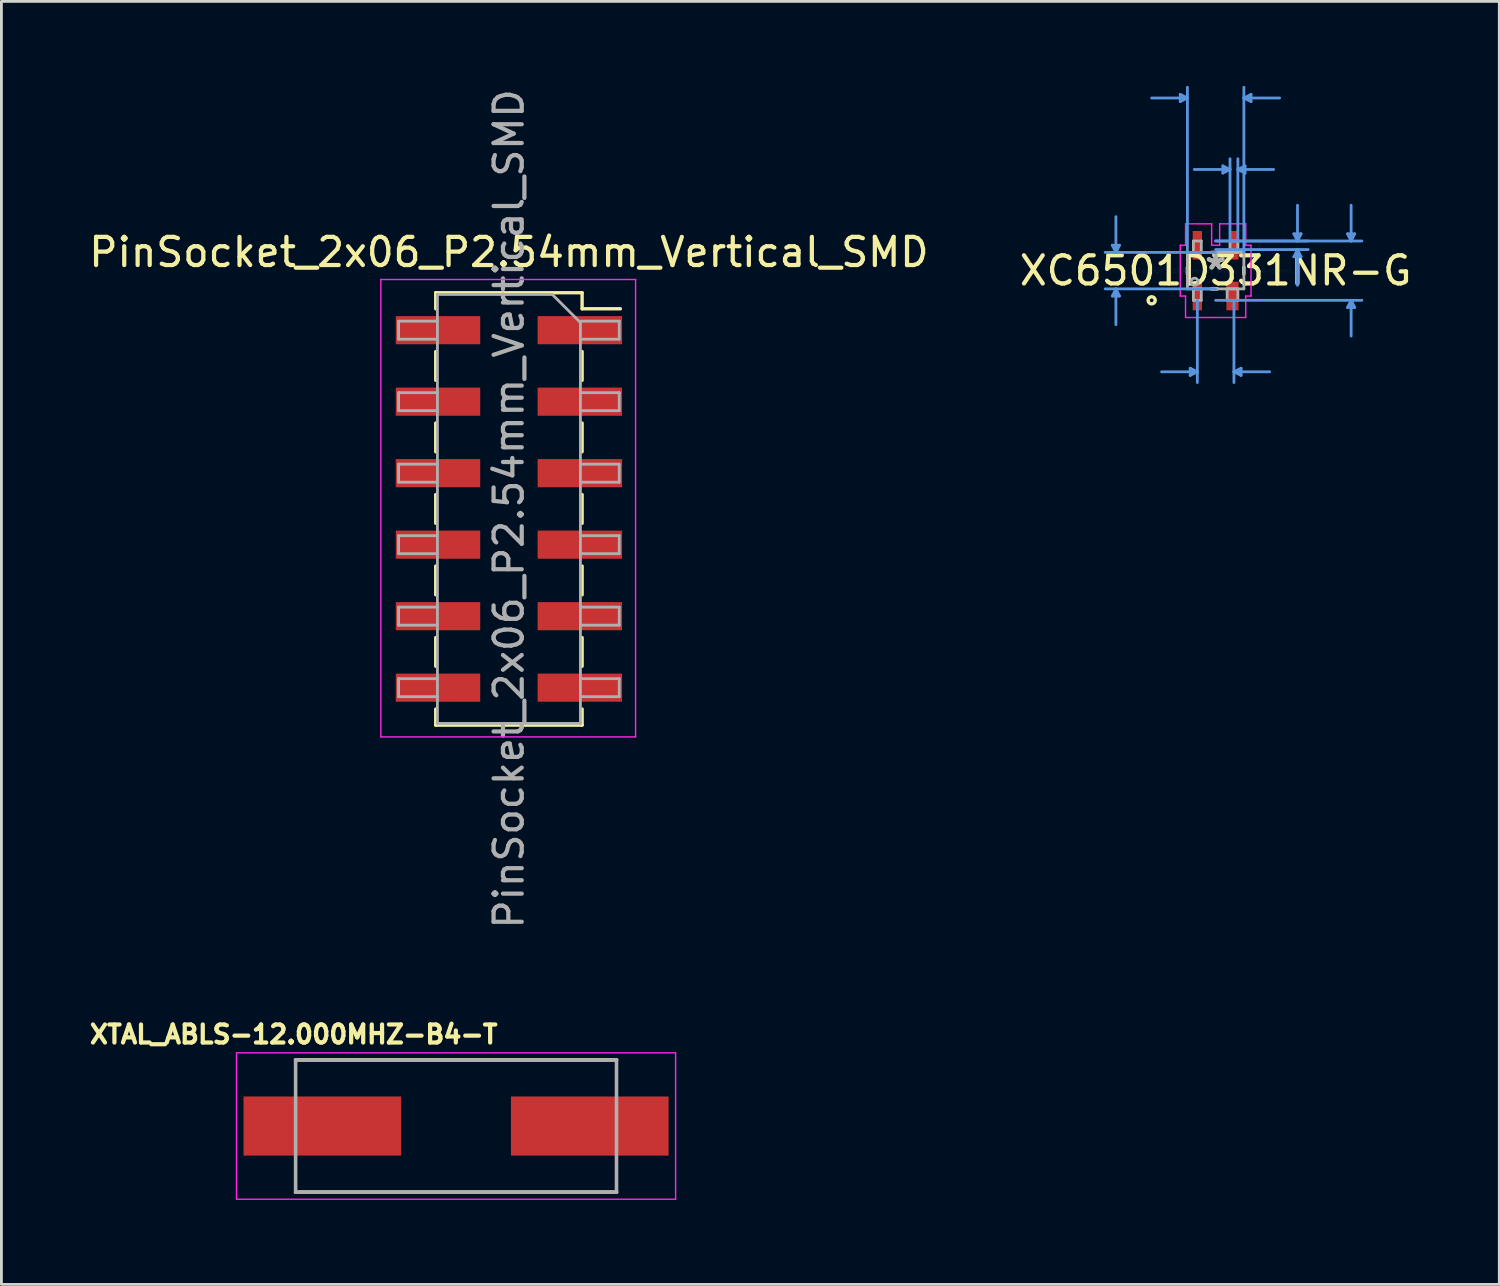
<source format=kicad_pcb>
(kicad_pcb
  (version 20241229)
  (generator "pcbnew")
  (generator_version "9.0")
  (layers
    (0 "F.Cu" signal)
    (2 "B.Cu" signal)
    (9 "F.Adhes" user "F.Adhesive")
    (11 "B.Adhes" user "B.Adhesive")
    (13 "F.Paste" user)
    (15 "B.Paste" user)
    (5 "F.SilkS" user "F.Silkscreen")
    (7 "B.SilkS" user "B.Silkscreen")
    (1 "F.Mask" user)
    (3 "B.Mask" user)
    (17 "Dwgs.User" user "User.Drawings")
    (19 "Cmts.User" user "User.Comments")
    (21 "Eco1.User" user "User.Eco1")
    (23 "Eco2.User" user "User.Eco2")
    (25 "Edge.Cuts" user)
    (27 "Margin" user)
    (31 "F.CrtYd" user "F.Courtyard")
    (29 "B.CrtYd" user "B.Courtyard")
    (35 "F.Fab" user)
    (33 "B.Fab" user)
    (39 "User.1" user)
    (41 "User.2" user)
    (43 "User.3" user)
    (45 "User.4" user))
  (footprint "XC6501D331NR-G"
    (layer "F.Cu")
    (at 40.137 6.565)
    (property "Reference" "XC6501D331NR-G" (at 0 0 0) (layer "F.SilkS") (effects (font (size 1 1) (thickness 0.15))))
    (attr through_hole)
    (fp_line (start -1.003 0.119) (end -1.003 -0.119) (stroke (width 0.12) (type solid)) (layer "F.SilkS"))
    (fp_line (start -0.152 -0.648) (end 0.152 -0.648) (stroke (width 0.12) (type solid)) (layer "F.SilkS"))
    (fp_line (start 0.051 0.648) (end -0.152 0.648) (stroke (width 0.12) (type solid)) (layer "F.SilkS"))
    (fp_line (start 1.003 -0.119) (end 1.003 0.119) (stroke (width 0.12) (type solid)) (layer "F.SilkS"))
    (fp_circle (center -2.273 1.054) (end -2.146 1.054) (stroke (width 0.12) (type solid)) (fill no) (layer "F.SilkS"))
    (fp_line (start -3.67 -0.902) (end -3.416 -0.902) (stroke (width 0.1) (type solid)) (layer "Cmts.User"))
    (fp_line (start -3.67 0.902) (end -3.416 0.902) (stroke (width 0.1) (type solid)) (layer "Cmts.User"))
    (fp_line (start -3.543 -0.648) (end -3.67 -0.902) (stroke (width 0.1) (type solid)) (layer "Cmts.User"))
    (fp_line (start -3.543 -0.648) (end -3.543 -1.918) (stroke (width 0.1) (type solid)) (layer "Cmts.User"))
    (fp_line (start -3.543 -0.648) (end -3.416 -0.902) (stroke (width 0.1) (type solid)) (layer "Cmts.User"))
    (fp_line (start -3.543 0.648) (end -3.67 0.902) (stroke (width 0.1) (type solid)) (layer "Cmts.User"))
    (fp_line (start -3.543 0.648) (end -3.543 1.918) (stroke (width 0.1) (type solid)) (layer "Cmts.User"))
    (fp_line (start -3.543 0.648) (end -3.416 0.902) (stroke (width 0.1) (type solid)) (layer "Cmts.User"))
    (fp_line (start -1.257 -6.261) (end -1.257 -6.007) (stroke (width 0.1) (type solid)) (layer "Cmts.User"))
    (fp_line (start -1.003 -6.134) (end -2.273 -6.134) (stroke (width 0.1) (type solid)) (layer "Cmts.User"))
    (fp_line (start -1.003 -6.134) (end -1.257 -6.261) (stroke (width 0.1) (type solid)) (layer "Cmts.User"))
    (fp_line (start -1.003 -6.134) (end -1.257 -6.007) (stroke (width 0.1) (type solid)) (layer "Cmts.User"))
    (fp_line (start -1.003 -0.648) (end -1.003 -6.515) (stroke (width 0.1) (type solid)) (layer "Cmts.User"))
    (fp_line (start -0.904 3.467) (end -0.904 3.721) (stroke (width 0.1) (type solid)) (layer "Cmts.User"))
    (fp_line (start -0.65 1.054) (end -0.65 3.975) (stroke (width 0.1) (type solid)) (layer "Cmts.User"))
    (fp_line (start -0.65 3.594) (end -1.92 3.594) (stroke (width 0.1) (type solid)) (layer "Cmts.User"))
    (fp_line (start -0.65 3.594) (end -0.904 3.467) (stroke (width 0.1) (type solid)) (layer "Cmts.User"))
    (fp_line (start -0.65 3.594) (end -0.904 3.721) (stroke (width 0.1) (type solid)) (layer "Cmts.User"))
    (fp_line (start 0 -1.054) (end 3.289 -1.054) (stroke (width 0.1) (type solid)) (layer "Cmts.User"))
    (fp_line (start 0 -1.054) (end 5.194 -1.054) (stroke (width 0.1) (type solid)) (layer "Cmts.User"))
    (fp_line (start 0 -0.749) (end 3.289 -0.749) (stroke (width 0.1) (type solid)) (layer "Cmts.User"))
    (fp_line (start 0 -0.648) (end -3.924 -0.648) (stroke (width 0.1) (type solid)) (layer "Cmts.User"))
    (fp_line (start 0 0.648) (end -3.924 0.648) (stroke (width 0.1) (type solid)) (layer "Cmts.User"))
    (fp_line (start 0 1.054) (end 5.194 1.054) (stroke (width 0.1) (type solid)) (layer "Cmts.User"))
    (fp_line (start 0.256 -3.721) (end 0.256 -3.467) (stroke (width 0.1) (type solid)) (layer "Cmts.User"))
    (fp_line (start 0.51 -3.594) (end -0.76 -3.594) (stroke (width 0.1) (type solid)) (layer "Cmts.User"))
    (fp_line (start 0.51 -3.594) (end 0.256 -3.721) (stroke (width 0.1) (type solid)) (layer "Cmts.User"))
    (fp_line (start 0.51 -3.594) (end 0.256 -3.467) (stroke (width 0.1) (type solid)) (layer "Cmts.User"))
    (fp_line (start 0.51 -1.054) (end 0.51 -3.975) (stroke (width 0.1) (type solid)) (layer "Cmts.User"))
    (fp_line (start 0.65 1.054) (end 0.65 3.975) (stroke (width 0.1) (type solid)) (layer "Cmts.User"))
    (fp_line (start 0.65 3.594) (end 0.904 3.467) (stroke (width 0.1) (type solid)) (layer "Cmts.User"))
    (fp_line (start 0.65 3.594) (end 0.904 3.721) (stroke (width 0.1) (type solid)) (layer "Cmts.User"))
    (fp_line (start 0.65 3.594) (end 1.92 3.594) (stroke (width 0.1) (type solid)) (layer "Cmts.User"))
    (fp_line (start 0.79 -3.594) (end 1.044 -3.721) (stroke (width 0.1) (type solid)) (layer "Cmts.User"))
    (fp_line (start 0.79 -3.594) (end 1.044 -3.467) (stroke (width 0.1) (type solid)) (layer "Cmts.User"))
    (fp_line (start 0.79 -3.594) (end 2.06 -3.594) (stroke (width 0.1) (type solid)) (layer "Cmts.User"))
    (fp_line (start 0.79 -1.054) (end 0.79 -3.975) (stroke (width 0.1) (type solid)) (layer "Cmts.User"))
    (fp_line (start 0.904 3.467) (end 0.904 3.721) (stroke (width 0.1) (type solid)) (layer "Cmts.User"))
    (fp_line (start 1.003 -6.134) (end 1.257 -6.261) (stroke (width 0.1) (type solid)) (layer "Cmts.User"))
    (fp_line (start 1.003 -6.134) (end 1.257 -6.007) (stroke (width 0.1) (type solid)) (layer "Cmts.User"))
    (fp_line (start 1.003 -6.134) (end 2.273 -6.134) (stroke (width 0.1) (type solid)) (layer "Cmts.User"))
    (fp_line (start 1.003 -0.648) (end 1.003 -6.515) (stroke (width 0.1) (type solid)) (layer "Cmts.User"))
    (fp_line (start 1.044 -3.721) (end 1.044 -3.467) (stroke (width 0.1) (type solid)) (layer "Cmts.User"))
    (fp_line (start 1.257 -6.261) (end 1.257 -6.007) (stroke (width 0.1) (type solid)) (layer "Cmts.User"))
    (fp_line (start 2.781 -1.308) (end 3.035 -1.308) (stroke (width 0.1) (type solid)) (layer "Cmts.User"))
    (fp_line (start 2.781 -0.495) (end 3.035 -0.495) (stroke (width 0.1) (type solid)) (layer "Cmts.User"))
    (fp_line (start 2.908 -1.054) (end 2.781 -1.308) (stroke (width 0.1) (type solid)) (layer "Cmts.User"))
    (fp_line (start 2.908 -1.054) (end 2.908 -2.324) (stroke (width 0.1) (type solid)) (layer "Cmts.User"))
    (fp_line (start 2.908 -1.054) (end 3.035 -1.308) (stroke (width 0.1) (type solid)) (layer "Cmts.User"))
    (fp_line (start 2.908 -0.749) (end 2.781 -0.495) (stroke (width 0.1) (type solid)) (layer "Cmts.User"))
    (fp_line (start 2.908 -0.749) (end 2.908 0.521) (stroke (width 0.1) (type solid)) (layer "Cmts.User"))
    (fp_line (start 2.908 -0.749) (end 3.035 -0.495) (stroke (width 0.1) (type solid)) (layer "Cmts.User"))
    (fp_line (start 4.686 -1.308) (end 4.94 -1.308) (stroke (width 0.1) (type solid)) (layer "Cmts.User"))
    (fp_line (start 4.686 1.308) (end 4.94 1.308) (stroke (width 0.1) (type solid)) (layer "Cmts.User"))
    (fp_line (start 4.813 -1.054) (end 4.686 -1.308) (stroke (width 0.1) (type solid)) (layer "Cmts.User"))
    (fp_line (start 4.813 -1.054) (end 4.813 -2.324) (stroke (width 0.1) (type solid)) (layer "Cmts.User"))
    (fp_line (start 4.813 -1.054) (end 4.94 -1.308) (stroke (width 0.1) (type solid)) (layer "Cmts.User"))
    (fp_line (start 4.813 1.054) (end 4.686 1.308) (stroke (width 0.1) (type solid)) (layer "Cmts.User"))
    (fp_line (start 4.813 1.054) (end 4.813 2.324) (stroke (width 0.1) (type solid)) (layer "Cmts.User"))
    (fp_line (start 4.813 1.054) (end 4.94 1.308) (stroke (width 0.1) (type solid)) (layer "Cmts.User"))
    (fp_line (start -1.257 -0.902) (end -1.069 -0.902) (stroke (width 0.05) (type solid)) (layer "F.CrtYd"))
    (fp_line (start -1.257 0.902) (end -1.257 -0.902) (stroke (width 0.05) (type solid)) (layer "F.CrtYd"))
    (fp_line (start -1.069 -1.664) (end -0.142 -1.664) (stroke (width 0.05) (type solid)) (layer "F.CrtYd"))
    (fp_line (start -1.069 -0.902) (end -1.069 -1.664) (stroke (width 0.05) (type solid)) (layer "F.CrtYd"))
    (fp_line (start -1.069 0.902) (end -1.257 0.902) (stroke (width 0.05) (type solid)) (layer "F.CrtYd"))
    (fp_line (start -1.069 1.664) (end -1.069 0.902) (stroke (width 0.05) (type solid)) (layer "F.CrtYd"))
    (fp_line (start -0.142 -1.664) (end -0.142 -0.902) (stroke (width 0.05) (type solid)) (layer "F.CrtYd"))
    (fp_line (start -0.142 -0.902) (end 0.142 -0.902) (stroke (width 0.05) (type solid)) (layer "F.CrtYd"))
    (fp_line (start -0.142 1.664) (end -1.069 1.664) (stroke (width 0.05) (type solid)) (layer "F.CrtYd"))
    (fp_line (start -0.051 1.664) (end -0.142 1.664) (stroke (width 0.05) (type solid)) (layer "F.CrtYd"))
    (fp_line (start 0.142 -1.664) (end 1.069 -1.664) (stroke (width 0.05) (type solid)) (layer "F.CrtYd"))
    (fp_line (start 0.142 -0.902) (end 0.142 -1.664) (stroke (width 0.05) (type solid)) (layer "F.CrtYd"))
    (fp_line (start 1.069 -1.664) (end 1.069 -0.902) (stroke (width 0.05) (type solid)) (layer "F.CrtYd"))
    (fp_line (start 1.069 -0.902) (end 1.257 -0.902) (stroke (width 0.05) (type solid)) (layer "F.CrtYd"))
    (fp_line (start 1.069 0.902) (end 1.069 1.664) (stroke (width 0.05) (type solid)) (layer "F.CrtYd"))
    (fp_line (start 1.069 1.664) (end -0.051 1.664) (stroke (width 0.05) (type solid)) (layer "F.CrtYd"))
    (fp_line (start 1.257 -0.902) (end 1.257 0.902) (stroke (width 0.05) (type solid)) (layer "F.CrtYd"))
    (fp_line (start 1.257 0.902) (end 1.069 0.902) (stroke (width 0.05) (type solid)) (layer "F.CrtYd"))
    (fp_line (start -1.003 -0.648) (end 1.003 -0.648) (stroke (width 0.1) (type solid)) (layer "F.Fab"))
    (fp_line (start -1.003 0.648) (end -1.003 -0.648) (stroke (width 0.1) (type solid)) (layer "F.Fab"))
    (fp_line (start -0.79 -1.054) (end -0.79 -0.648) (stroke (width 0.1) (type solid)) (layer "F.Fab"))
    (fp_line (start -0.79 -0.648) (end -0.51 -0.648) (stroke (width 0.1) (type solid)) (layer "F.Fab"))
    (fp_line (start -0.79 0.648) (end -0.79 1.054) (stroke (width 0.1) (type solid)) (layer "F.Fab"))
    (fp_line (start -0.79 1.054) (end -0.51 1.054) (stroke (width 0.1) (type solid)) (layer "F.Fab"))
    (fp_line (start -0.51 -1.054) (end -0.79 -1.054) (stroke (width 0.1) (type solid)) (layer "F.Fab"))
    (fp_line (start -0.51 -0.648) (end -0.51 -1.054) (stroke (width 0.1) (type solid)) (layer "F.Fab"))
    (fp_line (start -0.51 0.648) (end -0.79 0.648) (stroke (width 0.1) (type solid)) (layer "F.Fab"))
    (fp_line (start -0.51 1.054) (end -0.51 0.648) (stroke (width 0.1) (type solid)) (layer "F.Fab"))
    (fp_line (start 0.409 0.648) (end 0.409 1.054) (stroke (width 0.1) (type solid)) (layer "F.Fab"))
    (fp_line (start 0.409 1.054) (end 0.79 1.054) (stroke (width 0.1) (type solid)) (layer "F.Fab"))
    (fp_line (start 0.51 -1.054) (end 0.51 -0.648) (stroke (width 0.1) (type solid)) (layer "F.Fab"))
    (fp_line (start 0.51 -0.648) (end 0.79 -0.648) (stroke (width 0.1) (type solid)) (layer "F.Fab"))
    (fp_line (start 0.79 -1.054) (end 0.51 -1.054) (stroke (width 0.1) (type solid)) (layer "F.Fab"))
    (fp_line (start 0.79 -0.648) (end 0.79 -1.054) (stroke (width 0.1) (type solid)) (layer "F.Fab"))
    (fp_line (start 0.79 0.648) (end 0.409 0.648) (stroke (width 0.1) (type solid)) (layer "F.Fab"))
    (fp_line (start 0.79 1.054) (end 0.79 0.648) (stroke (width 0.1) (type solid)) (layer "F.Fab"))
    (fp_line (start 1.003 -0.648) (end 1.003 0.648) (stroke (width 0.1) (type solid)) (layer "F.Fab"))
    (fp_line (start 1.003 0.648) (end -1.003 0.648) (stroke (width 0.1) (type solid)) (layer "F.Fab"))
    (fp_circle (center -0.749 0.394) (end -0.622 0.394) (stroke (width 0.1) (type solid)) (fill no) (layer "F.Fab"))
    (fp_text user "*" (at 0 0 0) (layer "F.SilkS") (effects (font (size 1 1) (thickness 0.15))))
    (fp_text user "Copyright 2021 Accelerated Designs. All rights reserved." (at 0 0 0) (layer "Cmts.User") (effects (font (size 0.127 0.127) (thickness 0.002))))
    (fp_text user "*" (at 0 0 0) (layer "F.Fab") (effects (font (size 1 1) (thickness 0.15))))
    (pad "1" smd rect (at -0.65 0.902) (size 0.33 1.016) (layers "F.Cu" "F.Mask" "F.Paste"))
    (pad "2" smd rect (at 0.599 0.902) (size 0.432 1.016) (layers "F.Cu" "F.Mask" "F.Paste"))
    (pad "3" smd rect (at 0.65 -0.902) (size 0.33 1.016) (layers "F.Cu" "F.Mask" "F.Paste"))
    (pad "4" smd rect (at -0.65 -0.902) (size 0.33 1.016) (layers "F.Cu" "F.Mask" "F.Paste")))
  (footprint "PinSocket_2x06_P2.54mm_Vertical_SMD"
    (layer "F.Cu")
    (at 15.03 15.03)
    (property "Reference" "PinSocket_2x06_P2.54mm_Vertical_SMD" (at 0 -9.12 180) (layer "F.SilkS") (effects (font (size 1 1) (thickness 0.15))))
    (attr smd)
    (fp_line (start -2.6 -7.68) (end -2.6 -7.11) (stroke (width 0.12) (type solid)) (layer "F.SilkS"))
    (fp_line (start -2.6 -7.68) (end 2.6 -7.68) (stroke (width 0.12) (type solid)) (layer "F.SilkS"))
    (fp_line (start -2.6 -5.59) (end -2.6 -4.57) (stroke (width 0.12) (type solid)) (layer "F.SilkS"))
    (fp_line (start -2.6 -3.05) (end -2.6 -2.03) (stroke (width 0.12) (type solid)) (layer "F.SilkS"))
    (fp_line (start -2.6 -0.51) (end -2.6 0.51) (stroke (width 0.12) (type solid)) (layer "F.SilkS"))
    (fp_line (start -2.6 2.03) (end -2.6 3.05) (stroke (width 0.12) (type solid)) (layer "F.SilkS"))
    (fp_line (start -2.6 4.57) (end -2.6 5.59) (stroke (width 0.12) (type solid)) (layer "F.SilkS"))
    (fp_line (start -2.6 7.11) (end -2.6 7.68) (stroke (width 0.12) (type solid)) (layer "F.SilkS"))
    (fp_line (start -2.6 7.68) (end 2.6 7.68) (stroke (width 0.12) (type solid)) (layer "F.SilkS"))
    (fp_line (start 2.6 -7.68) (end 2.6 -7.11) (stroke (width 0.12) (type solid)) (layer "F.SilkS"))
    (fp_line (start 2.6 -7.11) (end 3.96 -7.11) (stroke (width 0.12) (type solid)) (layer "F.SilkS"))
    (fp_line (start 2.6 -5.59) (end 2.6 -4.57) (stroke (width 0.12) (type solid)) (layer "F.SilkS"))
    (fp_line (start 2.6 -3.05) (end 2.6 -2.03) (stroke (width 0.12) (type solid)) (layer "F.SilkS"))
    (fp_line (start 2.6 -0.51) (end 2.6 0.51) (stroke (width 0.12) (type solid)) (layer "F.SilkS"))
    (fp_line (start 2.6 2.03) (end 2.6 3.05) (stroke (width 0.12) (type solid)) (layer "F.SilkS"))
    (fp_line (start 2.6 4.57) (end 2.6 5.59) (stroke (width 0.12) (type solid)) (layer "F.SilkS"))
    (fp_line (start 2.6 7.11) (end 2.6 7.68) (stroke (width 0.12) (type solid)) (layer "F.SilkS"))
    (fp_line (start -4.55 -8.15) (end 4.5 -8.15) (stroke (width 0.05) (type solid)) (layer "F.CrtYd"))
    (fp_line (start -4.55 8.1) (end -4.55 -8.15) (stroke (width 0.05) (type solid)) (layer "F.CrtYd"))
    (fp_line (start 4.5 -8.15) (end 4.5 8.1) (stroke (width 0.05) (type solid)) (layer "F.CrtYd"))
    (fp_line (start 4.5 8.1) (end -4.55 8.1) (stroke (width 0.05) (type solid)) (layer "F.CrtYd"))
    (fp_line (start -3.92 -6.67) (end -2.54 -6.67) (stroke (width 0.1) (type solid)) (layer "F.Fab"))
    (fp_line (start -3.92 -6.03) (end -3.92 -6.67) (stroke (width 0.1) (type solid)) (layer "F.Fab"))
    (fp_line (start -3.92 -4.13) (end -2.54 -4.13) (stroke (width 0.1) (type solid)) (layer "F.Fab"))
    (fp_line (start -3.92 -3.49) (end -3.92 -4.13) (stroke (width 0.1) (type solid)) (layer "F.Fab"))
    (fp_line (start -3.92 -1.59) (end -2.54 -1.59) (stroke (width 0.1) (type solid)) (layer "F.Fab"))
    (fp_line (start -3.92 -0.95) (end -3.92 -1.59) (stroke (width 0.1) (type solid)) (layer "F.Fab"))
    (fp_line (start -3.92 0.95) (end -2.54 0.95) (stroke (width 0.1) (type solid)) (layer "F.Fab"))
    (fp_line (start -3.92 1.59) (end -3.92 0.95) (stroke (width 0.1) (type solid)) (layer "F.Fab"))
    (fp_line (start -3.92 3.49) (end -2.54 3.49) (stroke (width 0.1) (type solid)) (layer "F.Fab"))
    (fp_line (start -3.92 4.13) (end -3.92 3.49) (stroke (width 0.1) (type solid)) (layer "F.Fab"))
    (fp_line (start -3.92 6.03) (end -2.54 6.03) (stroke (width 0.1) (type solid)) (layer "F.Fab"))
    (fp_line (start -3.92 6.67) (end -3.92 6.03) (stroke (width 0.1) (type solid)) (layer "F.Fab"))
    (fp_line (start -2.54 -7.62) (end 1.54 -7.62) (stroke (width 0.1) (type solid)) (layer "F.Fab"))
    (fp_line (start -2.54 -6.03) (end -3.92 -6.03) (stroke (width 0.1) (type solid)) (layer "F.Fab"))
    (fp_line (start -2.54 -3.49) (end -3.92 -3.49) (stroke (width 0.1) (type solid)) (layer "F.Fab"))
    (fp_line (start -2.54 -0.95) (end -3.92 -0.95) (stroke (width 0.1) (type solid)) (layer "F.Fab"))
    (fp_line (start -2.54 1.59) (end -3.92 1.59) (stroke (width 0.1) (type solid)) (layer "F.Fab"))
    (fp_line (start -2.54 4.13) (end -3.92 4.13) (stroke (width 0.1) (type solid)) (layer "F.Fab"))
    (fp_line (start -2.54 6.67) (end -3.92 6.67) (stroke (width 0.1) (type solid)) (layer "F.Fab"))
    (fp_line (start -2.54 7.62) (end -2.54 -7.62) (stroke (width 0.1) (type solid)) (layer "F.Fab"))
    (fp_line (start 1.54 -7.62) (end 2.54 -6.62) (stroke (width 0.1) (type solid)) (layer "F.Fab"))
    (fp_line (start 2.54 -6.67) (end 3.92 -6.67) (stroke (width 0.1) (type solid)) (layer "F.Fab"))
    (fp_line (start 2.54 -6.62) (end 2.54 7.62) (stroke (width 0.1) (type solid)) (layer "F.Fab"))
    (fp_line (start 2.54 -4.13) (end 3.92 -4.13) (stroke (width 0.1) (type solid)) (layer "F.Fab"))
    (fp_line (start 2.54 -1.59) (end 3.92 -1.59) (stroke (width 0.1) (type solid)) (layer "F.Fab"))
    (fp_line (start 2.54 0.95) (end 3.92 0.95) (stroke (width 0.1) (type solid)) (layer "F.Fab"))
    (fp_line (start 2.54 3.49) (end 3.92 3.49) (stroke (width 0.1) (type solid)) (layer "F.Fab"))
    (fp_line (start 2.54 6.03) (end 3.92 6.03) (stroke (width 0.1) (type solid)) (layer "F.Fab"))
    (fp_line (start 2.54 7.62) (end -2.54 7.62) (stroke (width 0.1) (type solid)) (layer "F.Fab"))
    (fp_line (start 3.92 -6.67) (end 3.92 -6.03) (stroke (width 0.1) (type solid)) (layer "F.Fab"))
    (fp_line (start 3.92 -6.03) (end 2.54 -6.03) (stroke (width 0.1) (type solid)) (layer "F.Fab"))
    (fp_line (start 3.92 -4.13) (end 3.92 -3.49) (stroke (width 0.1) (type solid)) (layer "F.Fab"))
    (fp_line (start 3.92 -3.49) (end 2.54 -3.49) (stroke (width 0.1) (type solid)) (layer "F.Fab"))
    (fp_line (start 3.92 -1.59) (end 3.92 -0.95) (stroke (width 0.1) (type solid)) (layer "F.Fab"))
    (fp_line (start 3.92 -0.95) (end 2.54 -0.95) (stroke (width 0.1) (type solid)) (layer "F.Fab"))
    (fp_line (start 3.92 0.95) (end 3.92 1.59) (stroke (width 0.1) (type solid)) (layer "F.Fab"))
    (fp_line (start 3.92 1.59) (end 2.54 1.59) (stroke (width 0.1) (type solid)) (layer "F.Fab"))
    (fp_line (start 3.92 3.49) (end 3.92 4.13) (stroke (width 0.1) (type solid)) (layer "F.Fab"))
    (fp_line (start 3.92 4.13) (end 2.54 4.13) (stroke (width 0.1) (type solid)) (layer "F.Fab"))
    (fp_line (start 3.92 6.03) (end 3.92 6.67) (stroke (width 0.1) (type solid)) (layer "F.Fab"))
    (fp_line (start 3.92 6.67) (end 2.54 6.67) (stroke (width 0.1) (type solid)) (layer "F.Fab"))
    (fp_text user "${REFERENCE}" (at 0 0 90) (layer "F.Fab") (effects (font (size 1 1) (thickness 0.15))))
    (pad "1" smd rect (at 2.52 -6.35) (size 3 1) (layers "F.Cu" "F.Mask" "F.Paste"))
    (pad "2" smd rect (at -2.52 -6.35) (size 3 1) (layers "F.Cu" "F.Mask" "F.Paste"))
    (pad "3" smd rect (at 2.52 -3.81) (size 3 1) (layers "F.Cu" "F.Mask" "F.Paste"))
    (pad "4" smd rect (at -2.52 -3.81) (size 3 1) (layers "F.Cu" "F.Mask" "F.Paste"))
    (pad "5" smd rect (at 2.52 -1.27) (size 3 1) (layers "F.Cu" "F.Mask" "F.Paste"))
    (pad "6" smd rect (at -2.52 -1.27) (size 3 1) (layers "F.Cu" "F.Mask" "F.Paste"))
    (pad "7" smd rect (at 2.52 1.27) (size 3 1) (layers "F.Cu" "F.Mask" "F.Paste"))
    (pad "8" smd rect (at -2.52 1.27) (size 3 1) (layers "F.Cu" "F.Mask" "F.Paste"))
    (pad "9" smd rect (at 2.52 3.81) (size 3 1) (layers "F.Cu" "F.Mask" "F.Paste"))
    (pad "10" smd rect (at -2.52 3.81) (size 3 1) (layers "F.Cu" "F.Mask" "F.Paste"))
    (pad "11" smd rect (at 2.52 6.35) (size 3 1) (layers "F.Cu" "F.Mask" "F.Paste"))
    (pad "12" smd rect (at -2.52 6.35) (size 3 1) (layers "F.Cu" "F.Mask" "F.Paste")))
  (footprint "XTAL_ABLS-12.000MHZ-B4-T"
    (layer "F.Cu")
    (at 13.152 36.954)
    (property "Reference" "XTAL_ABLS-12.000MHZ-B4-T" (at -5.768 -3.256 0) (layer "F.SilkS") (effects (font (size 0.64 0.64) (thickness 0.15))))
    (attr through_hole)
    (fp_line (start -5.7 -2.35) (end 5.7 -2.35) (stroke (width 0.127) (type solid)) (layer "F.SilkS"))
    (fp_line (start -5.7 2.35) (end 5.7 2.35) (stroke (width 0.127) (type solid)) (layer "F.SilkS"))
    (fp_line (start -7.8 -2.6) (end -7.8 2.6) (stroke (width 0.05) (type solid)) (layer "F.CrtYd"))
    (fp_line (start -7.8 2.6) (end 7.8 2.6) (stroke (width 0.05) (type solid)) (layer "F.CrtYd"))
    (fp_line (start 7.8 -2.6) (end -7.8 -2.6) (stroke (width 0.05) (type solid)) (layer "F.CrtYd"))
    (fp_line (start 7.8 2.6) (end 7.8 -2.6) (stroke (width 0.05) (type solid)) (layer "F.CrtYd"))
    (fp_line (start -5.7 -2.35) (end -5.7 2.35) (stroke (width 0.127) (type solid)) (layer "F.Fab"))
    (fp_line (start -5.7 -2.35) (end 5.7 -2.35) (stroke (width 0.127) (type solid)) (layer "F.Fab"))
    (fp_line (start -5.7 2.35) (end 5.7 2.35) (stroke (width 0.127) (type solid)) (layer "F.Fab"))
    (fp_line (start 5.7 -2.35) (end 5.7 2.35) (stroke (width 0.127) (type solid)) (layer "F.Fab"))
    (pad "1" smd rect (at -4.75 0) (size 5.6 2.1) (layers "F.Cu" "F.Mask" "F.Paste"))
    (pad "2" smd rect (at 4.75 0) (size 5.6 2.1) (layers "F.Cu" "F.Mask" "F.Paste")))
  (gr_rect
    (start -3 -3)
    (end 50.214 42.579)
    (stroke (width 0.1) (type default))
    (fill no)
    (layer "Edge.Cuts")))
</source>
